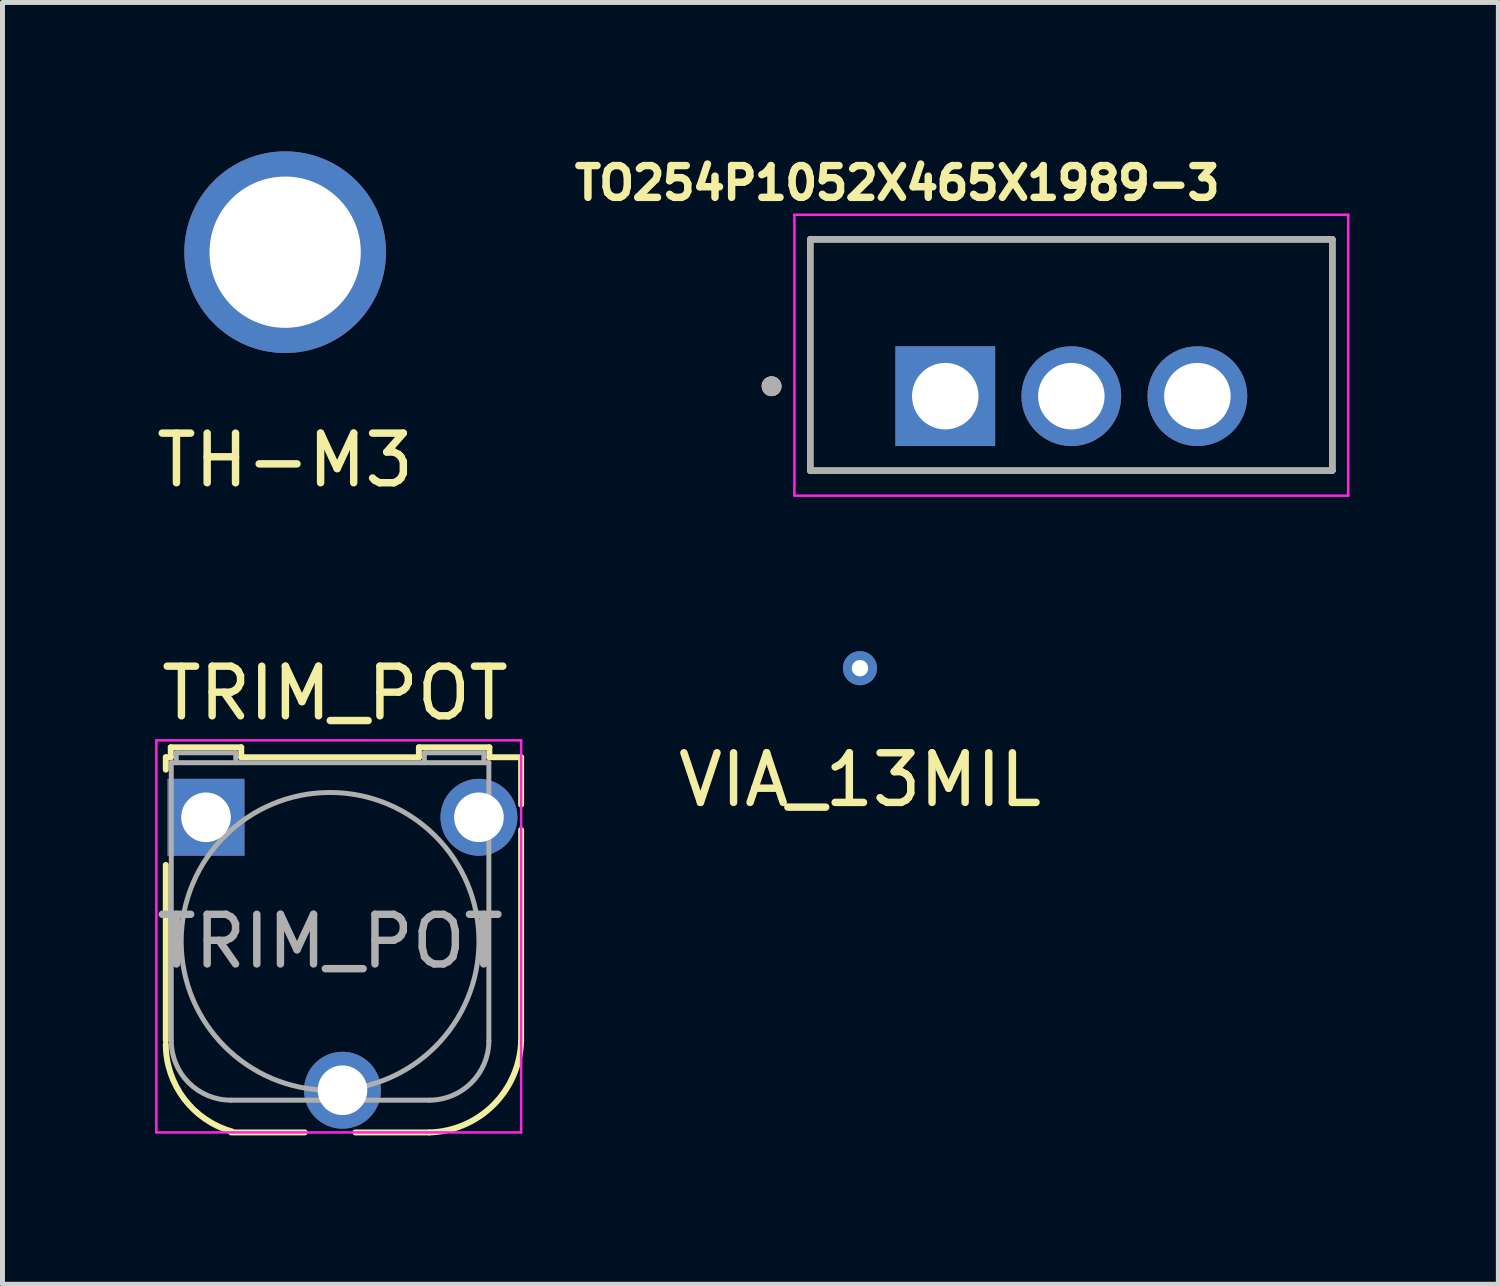
<source format=kicad_pcb>
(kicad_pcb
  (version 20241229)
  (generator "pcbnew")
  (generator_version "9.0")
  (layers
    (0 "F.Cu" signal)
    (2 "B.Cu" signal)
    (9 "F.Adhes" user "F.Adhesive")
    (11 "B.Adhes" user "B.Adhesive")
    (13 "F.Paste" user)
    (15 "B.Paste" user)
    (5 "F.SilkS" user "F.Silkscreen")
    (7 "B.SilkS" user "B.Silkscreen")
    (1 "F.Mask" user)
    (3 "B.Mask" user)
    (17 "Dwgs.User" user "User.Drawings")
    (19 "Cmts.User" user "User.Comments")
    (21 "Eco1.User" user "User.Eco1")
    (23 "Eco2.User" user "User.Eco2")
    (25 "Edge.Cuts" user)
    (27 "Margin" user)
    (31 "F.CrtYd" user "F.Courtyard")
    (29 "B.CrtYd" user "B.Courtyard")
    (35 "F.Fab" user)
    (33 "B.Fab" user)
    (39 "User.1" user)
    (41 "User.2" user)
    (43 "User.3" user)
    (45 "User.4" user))
  (footprint "TRIM_POT"
    (layer "F.Cu")
    (at 1.101 13.419)
    (property "Reference" "TRIM_POT" (at 2.6 -2.5 0) (layer "F.SilkS") (effects (font (size 1 1) (thickness 0.15))))
    (attr through_hole)
    (fp_line (start -0.81 -1.21) (end -0.81 -0.96) (stroke (width 0.12) (type solid)) (layer "F.SilkS"))
    (fp_line (start -0.81 4.5) (end -0.81 0.96) (stroke (width 0.12) (type solid)) (layer "F.SilkS"))
    (fp_line (start -0.71 -1.41) (end -0.71 -1.21) (stroke (width 0.12) (type solid)) (layer "F.SilkS"))
    (fp_line (start -0.71 -1.41) (end 0.71 -1.41) (stroke (width 0.12) (type solid)) (layer "F.SilkS"))
    (fp_line (start -0.71 -1.21) (end -0.81 -1.21) (stroke (width 0.12) (type solid)) (layer "F.SilkS"))
    (fp_line (start 0.71 -1.21) (end 0.71 -1.41) (stroke (width 0.12) (type solid)) (layer "F.SilkS"))
    (fp_line (start 0.71 -1.21) (end 4.29 -1.21) (stroke (width 0.12) (type solid)) (layer "F.SilkS"))
    (fp_line (start 1.99 6.35) (end 0.508 6.35) (stroke (width 0.12) (type solid)) (layer "F.SilkS"))
    (fp_line (start 4.29 -1.41) (end 5.71 -1.41) (stroke (width 0.12) (type solid)) (layer "F.SilkS"))
    (fp_line (start 4.29 -1.21) (end 4.29 -1.41) (stroke (width 0.12) (type solid)) (layer "F.SilkS"))
    (fp_line (start 4.5 6.35) (end 3.01 6.35) (stroke (width 0.12) (type solid)) (layer "F.SilkS"))
    (fp_line (start 5.71 -1.41) (end 5.71 -1.21) (stroke (width 0.12) (type solid)) (layer "F.SilkS"))
    (fp_line (start 5.71 -1.21) (end 6.35 -1.21) (stroke (width 0.12) (type solid)) (layer "F.SilkS"))
    (fp_line (start 6.35 -1.21) (end 6.35 -0.254) (stroke (width 0.12) (type solid)) (layer "F.SilkS"))
    (fp_line (start 6.35 0.254) (end 6.35 4.5) (stroke (width 0.12) (type solid)) (layer "F.SilkS"))
    (fp_arc (start 0.518105 6.328809) (mid -0.440611 5.673163) (end -0.81 4.572) (stroke (width 0.12) (type solid)) (layer "F.SilkS"))
    (fp_arc (start 6.349924 4.502823) (mid 5.792969 5.794966) (end 4.5 6.35) (stroke (width 0.12) (type solid)) (layer "F.SilkS"))
    (fp_line (start -1 -1.55) (end -1 6.35) (stroke (width 0.05) (type solid)) (layer "F.CrtYd"))
    (fp_line (start -1 -1.55) (end 6.35 -1.55) (stroke (width 0.05) (type solid)) (layer "F.CrtYd"))
    (fp_line (start 6.35 6.35) (end -1 6.35) (stroke (width 0.05) (type solid)) (layer "F.CrtYd"))
    (fp_line (start 6.35 6.35) (end 6.35 -1.55) (stroke (width 0.05) (type solid)) (layer "F.CrtYd"))
    (fp_line (start -0.7 4.5) (end -0.7 -1.1) (stroke (width 0.1) (type solid)) (layer "F.Fab"))
    (fp_line (start -0.6 -1.3) (end 0.6 -1.3) (stroke (width 0.1) (type solid)) (layer "F.Fab"))
    (fp_line (start -0.6 -1.1) (end -0.6 -1.3) (stroke (width 0.1) (type solid)) (layer "F.Fab"))
    (fp_line (start 0.5 5.7) (end 4.5 5.7) (stroke (width 0.1) (type solid)) (layer "F.Fab"))
    (fp_line (start 0.6 -1.3) (end 0.6 -1.1) (stroke (width 0.1) (type solid)) (layer "F.Fab"))
    (fp_line (start 4.4 -1.3) (end 4.4 -1.1) (stroke (width 0.1) (type solid)) (layer "F.Fab"))
    (fp_line (start 5.6 -1.3) (end 4.41 -1.3) (stroke (width 0.1) (type solid)) (layer "F.Fab"))
    (fp_line (start 5.6 -1.1) (end 5.6 -1.3) (stroke (width 0.1) (type solid)) (layer "F.Fab"))
    (fp_line (start 5.7 -1.1) (end -0.7 -1.1) (stroke (width 0.1) (type solid)) (layer "F.Fab"))
    (fp_line (start 5.7 4.5) (end 5.7 -1.1) (stroke (width 0.1) (type solid)) (layer "F.Fab"))
    (fp_arc (start 0.5 5.7) (mid -0.348528 5.348528) (end -0.7 4.5) (stroke (width 0.1) (type solid)) (layer "F.Fab"))
    (fp_arc (start 5.7 4.5) (mid 5.348528 5.348528) (end 4.5 5.7) (stroke (width 0.1) (type solid)) (layer "F.Fab"))
    (fp_circle (center 2.5 2.5) (end 5.5 2.5) (stroke (width 0.1) (type solid)) (fill no) (layer "F.Fab"))
    (fp_text user "${REFERENCE}" (at 2.5 2.5 0) (layer "F.Fab") (effects (font (size 1 1) (thickness 0.15))))
    (pad "1" thru_hole rect (at 0 0) (size 1.55 1.55) (drill 1) (layers "*.Cu" "*.Mask"))
    (pad "2" thru_hole circle (at 2.75 5.5) (size 1.55 1.55) (drill 1) (layers "*.Cu" "*.Mask"))
    (pad "3" thru_hole circle (at 5.5 0) (size 1.55 1.55) (drill 1) (layers "*.Cu" "*.Mask")))
  (footprint "TO254P1052X465X1989-3"
    (layer "F.Cu")
    (at 15.998 4.933)
    (property "Reference" "TO254P1052X465X1989-3" (at -0.968 -4.295 0) (layer "F.SilkS") (effects (font (size 0.64 0.64) (thickness 0.15))))
    (attr through_hole)
    (fp_line (start -2.72 -3.16) (end 7.8 -3.16) (stroke (width 0.127) (type solid)) (layer "F.SilkS"))
    (fp_line (start -2.72 1.5) (end -2.72 -3.16) (stroke (width 0.127) (type solid)) (layer "F.SilkS"))
    (fp_line (start 7.8 -3.16) (end 7.8 1.5) (stroke (width 0.127) (type solid)) (layer "F.SilkS"))
    (fp_line (start 7.8 1.5) (end -2.72 1.5) (stroke (width 0.127) (type solid)) (layer "F.SilkS"))
    (fp_circle (center -3.5 -0.2) (end -3.4 -0.2) (stroke (width 0.2) (type solid)) (fill no) (layer "F.SilkS"))
    (fp_line (start -3.04 -3.655) (end 8.12 -3.655) (stroke (width 0.05) (type solid)) (layer "F.CrtYd"))
    (fp_line (start -3.04 2.005) (end -3.04 -3.655) (stroke (width 0.05) (type solid)) (layer "F.CrtYd"))
    (fp_line (start 8.12 -3.655) (end 8.12 2.005) (stroke (width 0.05) (type solid)) (layer "F.CrtYd"))
    (fp_line (start 8.12 2.005) (end -3.04 2.005) (stroke (width 0.05) (type solid)) (layer "F.CrtYd"))
    (fp_line (start -2.72 -3.16) (end 7.8 -3.16) (stroke (width 0.127) (type solid)) (layer "F.Fab"))
    (fp_line (start -2.72 1.5) (end -2.72 -3.16) (stroke (width 0.127) (type solid)) (layer "F.Fab"))
    (fp_line (start 7.8 -3.16) (end 7.8 1.5) (stroke (width 0.127) (type solid)) (layer "F.Fab"))
    (fp_line (start 7.8 1.5) (end -2.72 1.5) (stroke (width 0.127) (type solid)) (layer "F.Fab"))
    (fp_circle (center -3.5 -0.2) (end -3.4 -0.2) (stroke (width 0.2) (type solid)) (fill no) (layer "F.Fab"))
    (pad "1" thru_hole rect (at 0 0) (size 2.01 2.01) (drill 1.34) (layers "*.Cu" "*.Mask"))
    (pad "2" thru_hole circle (at 2.54 0) (size 2.01 2.01) (drill 1.34) (layers "*.Cu" "*.Mask"))
    (pad "3" thru_hole circle (at 5.08 0) (size 2.01 2.01) (drill 1.34) (layers "*.Cu" "*.Mask")))
  (footprint "VIA_13MIL"
    (layer "F.Cu")
    (at 14.279 10.414)
    (property "Reference" "VIA_13MIL" (at 0 2.25 0) (layer "F.SilkS") (effects (font (size 1 1) (thickness 0.15))))
    (attr through_hole)
    (pad "1" thru_hole circle (at 0 0) (size 0.686 0.686) (drill 0.33) (layers "*.Cu")))
  (footprint "TH-M3"
    (layer "F.Cu")
    (at 2.696 2.032)
    (property "Reference" "TH-M3" (at 0 4.191 0) (layer "F.SilkS") (effects (font (size 1 1) (thickness 0.15))))
    (attr through_hole)
    (pad "" np_thru_hole circle (at 0 0) (size 4.064 4.064) (drill 3.048) (layers "*.Cu" "*.Mask")))
  (gr_rect
    (start -3 -3)
    (end 27.143 22.829)
    (stroke (width 0.1) (type default))
    (fill no)
    (layer "Edge.Cuts")))
</source>
